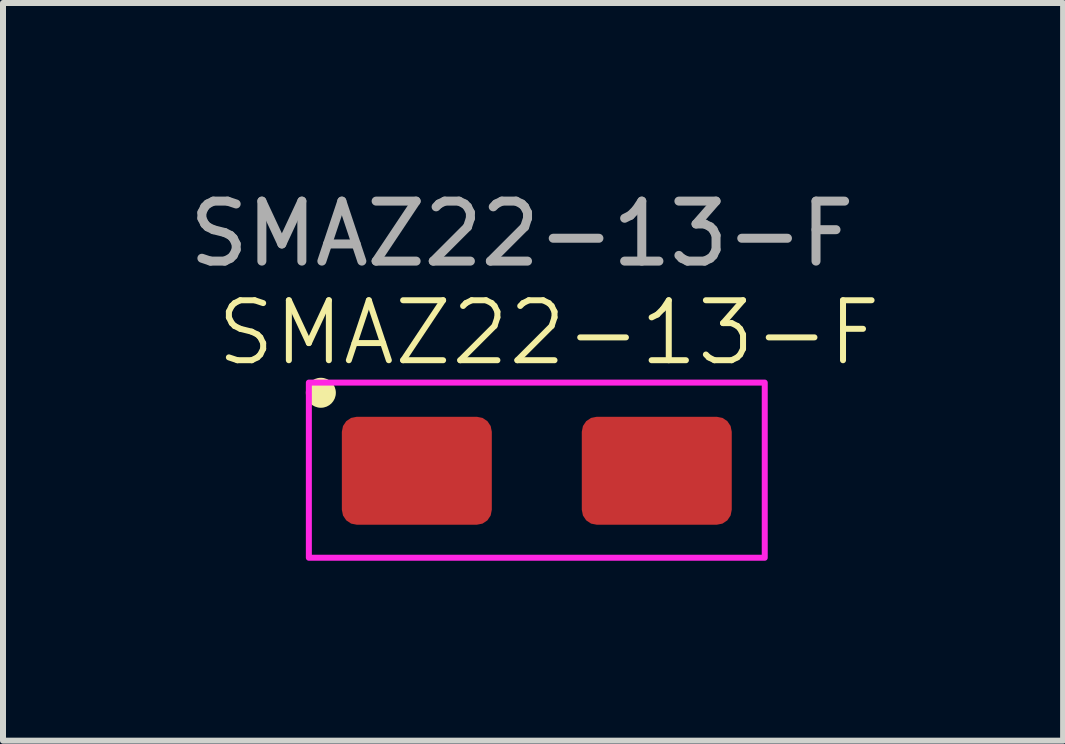
<source format=kicad_pcb>
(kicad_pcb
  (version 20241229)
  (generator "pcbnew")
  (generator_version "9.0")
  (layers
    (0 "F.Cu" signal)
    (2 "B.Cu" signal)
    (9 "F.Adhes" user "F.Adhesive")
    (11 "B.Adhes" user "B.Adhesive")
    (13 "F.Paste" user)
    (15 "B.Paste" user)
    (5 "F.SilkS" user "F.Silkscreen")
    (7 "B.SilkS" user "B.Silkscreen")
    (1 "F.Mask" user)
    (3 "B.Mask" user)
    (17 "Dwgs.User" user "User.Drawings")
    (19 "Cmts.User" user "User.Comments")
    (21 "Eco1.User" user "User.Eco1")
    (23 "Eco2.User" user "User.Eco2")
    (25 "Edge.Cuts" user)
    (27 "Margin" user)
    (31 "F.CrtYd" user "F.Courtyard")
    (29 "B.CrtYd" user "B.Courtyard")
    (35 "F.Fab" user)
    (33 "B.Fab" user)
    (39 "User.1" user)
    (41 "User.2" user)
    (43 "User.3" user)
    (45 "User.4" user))
  (footprint "SMAZ22-13-F"
    (layer "F.Cu")
    (at 5.899 4.798)
    (property "Reference" "SMAZ22-13-F" (at 0.2 -2.3 0) (unlocked yes) (layer "F.SilkS") (effects (font (size 1 1) (thickness 0.1))))
    (attr smd)
    (fp_circle (center -3.6 -1.3) (end -3.4 -1.3) (stroke (width 0.1) (type solid)) (fill yes) (layer "F.SilkS"))
    (fp_rect (start -3.8 -1.47) (end 3.8 1.45) (stroke (width 0.1) (type default)) (fill no) (layer "F.CrtYd"))
    (fp_text user "${REFERENCE}" (at -0.25 -3.95 0) (unlocked yes) (layer "F.Fab") (effects (font (size 1 1) (thickness 0.15))))
    (pad "1" smd roundrect (at -2 0) (size 2.5 1.8) (layers "F.Cu" "F.Mask" "F.Paste") (roundrect_rratio 0.139))
    (pad "2" smd roundrect (at 2 0) (size 2.5 1.8) (layers "F.Cu" "F.Mask" "F.Paste") (roundrect_rratio 0.139)))
  (gr_rect
    (start -3 -3)
    (end 14.673 9.298)
    (stroke (width 0.1) (type default))
    (fill no)
    (layer "Edge.Cuts")))
</source>
